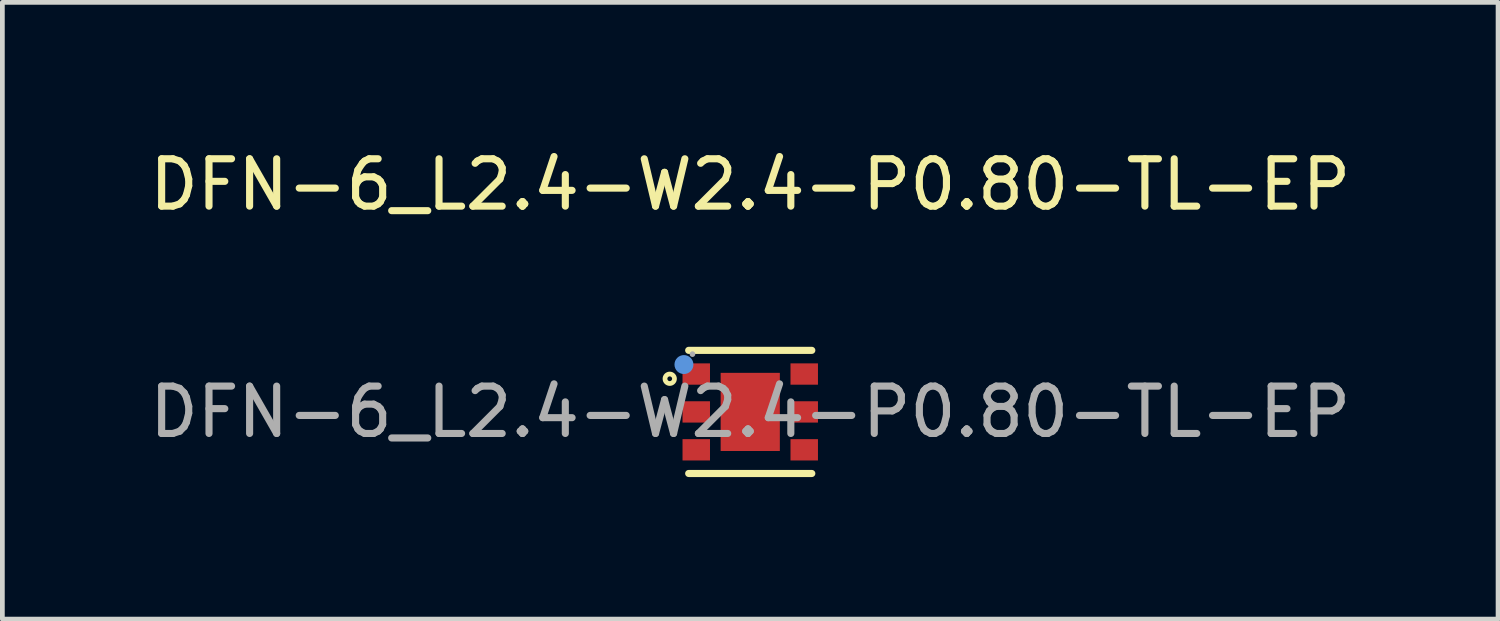
<source format=kicad_pcb>
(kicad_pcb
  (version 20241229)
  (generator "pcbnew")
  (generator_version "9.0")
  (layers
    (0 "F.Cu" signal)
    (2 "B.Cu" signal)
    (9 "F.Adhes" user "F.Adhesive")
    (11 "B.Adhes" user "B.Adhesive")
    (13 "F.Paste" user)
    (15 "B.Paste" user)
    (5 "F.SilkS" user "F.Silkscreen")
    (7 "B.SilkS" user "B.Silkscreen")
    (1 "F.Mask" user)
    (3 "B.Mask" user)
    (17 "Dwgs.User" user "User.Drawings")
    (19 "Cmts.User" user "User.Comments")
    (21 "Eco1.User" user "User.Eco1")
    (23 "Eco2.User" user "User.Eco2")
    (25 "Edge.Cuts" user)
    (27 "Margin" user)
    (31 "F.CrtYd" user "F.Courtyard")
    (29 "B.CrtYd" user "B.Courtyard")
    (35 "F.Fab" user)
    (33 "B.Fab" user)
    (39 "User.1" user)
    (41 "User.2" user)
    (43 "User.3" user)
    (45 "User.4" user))
  (footprint "DFN-6_L2.4-W2.4-P0.80-TL-EP"
    (layer "F.Cu")
    (at 12.792 5.648)
    (property "Reference" "DFN-6_L2.4-W2.4-P0.80-TL-EP" (at 0 -4.8 0) (layer "F.SilkS") (effects (font (size 1 1) (thickness 0.15))))
    (attr smd)
    (fp_line (start -1.3 -1.3) (end 1.3 -1.3) (stroke (width 0.15) (type solid)) (layer "F.SilkS"))
    (fp_line (start -1.3 1.3) (end 1.3 1.3) (stroke (width 0.15) (type solid)) (layer "F.SilkS"))
    (fp_circle (center -1.7 -0.7) (end -1.6 -0.7) (stroke (width 0.1) (type solid)) (fill no) (layer "F.SilkS"))
    (fp_circle (center -1.4 -1) (end -1.3 -1) (stroke (width 0.2) (type solid)) (fill no) (layer "Cmts.User"))
    (fp_circle (center -1.22 -1.22) (end -1.19 -1.22) (stroke (width 0.06) (type solid)) (fill no) (layer "F.Fab"))
    (fp_text user "${REFERENCE}" (at 0 0 0) (layer "F.Fab") (effects (font (size 1 1) (thickness 0.15))))
    (pad "1" smd rect (at -1.14 -0.8) (size 0.58 0.45) (layers "F.Cu" "F.Mask" "F.Paste"))
    (pad "2" smd rect (at -1.14 0) (size 0.58 0.45) (layers "F.Cu" "F.Mask" "F.Paste"))
    (pad "3" smd rect (at -1.14 0.8) (size 0.58 0.45) (layers "F.Cu" "F.Mask" "F.Paste"))
    (pad "4" smd rect (at 1.14 0.8) (size 0.58 0.45) (layers "F.Cu" "F.Mask" "F.Paste"))
    (pad "5" smd rect (at 1.14 0) (size 0.58 0.45) (layers "F.Cu" "F.Mask" "F.Paste"))
    (pad "6" smd rect (at 1.14 -0.8) (size 0.58 0.45) (layers "F.Cu" "F.Mask" "F.Paste"))
    (pad "7" smd rect (at 0 0) (size 1.25 1.65) (layers "F.Cu" "F.Mask" "F.Paste")))
  (gr_rect
    (start -3 -3)
    (end 28.583 10.023)
    (stroke (width 0.1) (type default))
    (fill no)
    (layer "Edge.Cuts")))
</source>
